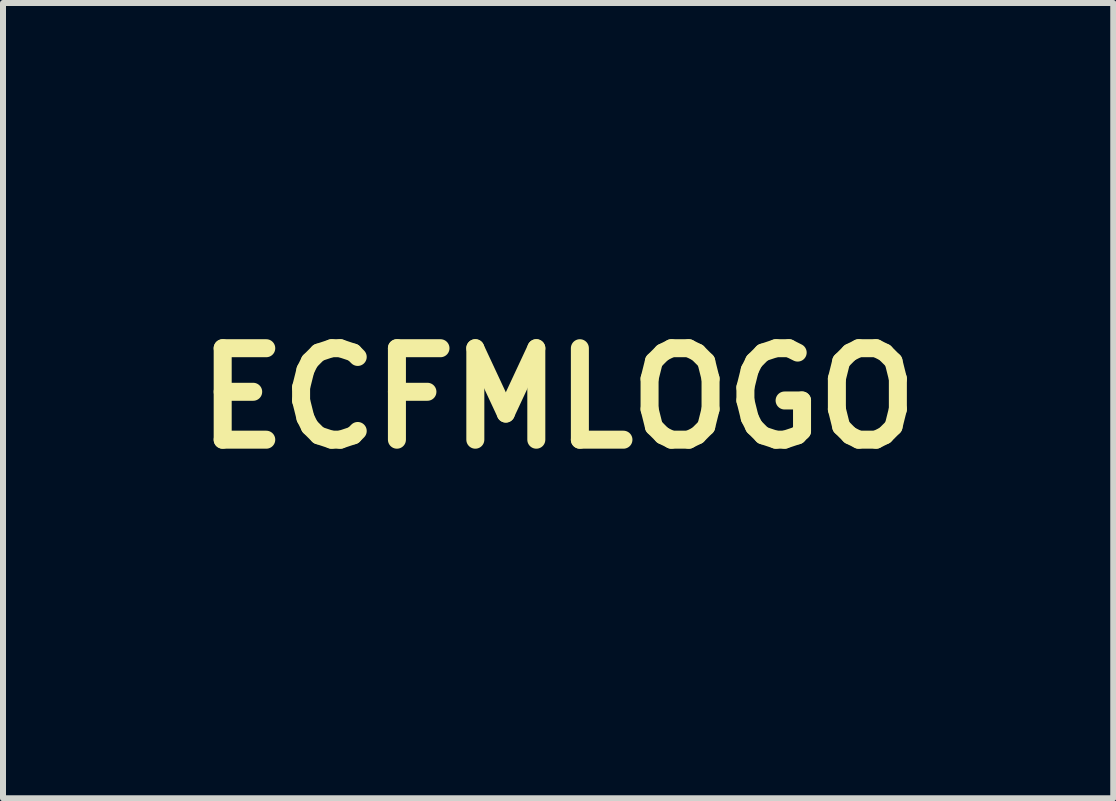
<source format=kicad_pcb>
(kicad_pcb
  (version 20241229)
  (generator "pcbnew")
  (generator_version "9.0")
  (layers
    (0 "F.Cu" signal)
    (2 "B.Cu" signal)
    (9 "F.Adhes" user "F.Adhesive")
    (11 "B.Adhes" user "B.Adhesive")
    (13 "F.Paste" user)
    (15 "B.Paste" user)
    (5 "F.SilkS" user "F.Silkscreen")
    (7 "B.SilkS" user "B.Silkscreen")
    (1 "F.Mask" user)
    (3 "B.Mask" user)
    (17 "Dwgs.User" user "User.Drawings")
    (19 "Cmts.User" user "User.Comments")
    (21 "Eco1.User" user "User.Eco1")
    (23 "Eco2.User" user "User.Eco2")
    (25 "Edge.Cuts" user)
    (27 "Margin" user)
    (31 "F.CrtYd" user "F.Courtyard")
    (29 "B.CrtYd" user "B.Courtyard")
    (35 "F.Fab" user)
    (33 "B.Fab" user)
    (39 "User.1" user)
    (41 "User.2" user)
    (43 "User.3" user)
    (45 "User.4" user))
  (footprint "ECFMLOGO"
    (layer "F.Cu")
    (at 6.248 3.586)
    (property "Reference" "ECFMLOGO" (at 0 0 0) (layer "F.SilkS") (effects (font (size 1.524 1.524) (thickness 0.3))))
    (attr through_hole)
    (fp_poly (pts (xy 0.396 -3.575) (xy 0.387 -3.55) (xy 0.381 -3.543) (xy 0.338 -3.511) (xy 0.315 -3.505) (xy 0.293 -3.523) (xy 0.296 -3.543) (xy 0.33 -3.575) (xy 0.361 -3.581) (xy 0.396 -3.575)) (stroke (width 0.01) (type solid)) (fill no) (layer "Eco2.User"))
    (fp_poly (pts (xy 0.152 3.476) (xy 0.152 3.48) (xy 0.13 3.52) (xy 0.089 3.537) (xy 0.04 3.537) (xy 0.025 3.509) (xy 0.025 3.505) (xy 0.048 3.465) (xy 0.089 3.448) (xy 0.137 3.448) (xy 0.152 3.476)) (stroke (width 0.01) (type solid)) (fill no) (layer "Eco2.User"))
    (fp_poly (pts (xy 2.737 1.962) (xy 2.75 2.006) (xy 2.733 2.053) (xy 2.706 2.091) (xy 2.682 2.086) (xy 2.676 2.078) (xy 2.664 2.037) (xy 2.674 1.992) (xy 2.698 1.959) (xy 2.727 1.953) (xy 2.737 1.962)) (stroke (width 0.01) (type solid)) (fill no) (layer "Eco2.User"))
    (fp_poly (pts (xy -2.743 1.925) (xy -2.727 1.964) (xy -2.708 1.988) (xy -2.686 2.02) (xy -2.709 2.046) (xy -2.715 2.05) (xy -2.752 2.06) (xy -2.779 2.03) (xy -2.786 2.017) (xy -2.801 1.965) (xy -2.78 1.93) (xy -2.779 1.928) (xy -2.748 1.914) (xy -2.743 1.925)) (stroke (width 0.01) (type solid)) (fill no) (layer "Eco2.User"))
    (fp_poly (pts (xy 0.343 -3.476) (xy 0.358 -3.457) (xy 0.363 -3.413) (xy 0.362 -3.332) (xy 0.36 -3.289) (xy 0.354 -3.187) (xy 0.345 -3.129) (xy 0.33 -3.105) (xy 0.305 -3.109) (xy 0.284 -3.121) (xy 0.265 -3.154) (xy 0.257 -3.227) (xy 0.259 -3.311) (xy 0.265 -3.402) (xy 0.274 -3.453) (xy 0.292 -3.475) (xy 0.318 -3.48) (xy 0.343 -3.476)) (stroke (width 0.01) (type solid)) (fill no) (layer "Eco2.User"))
    (fp_poly (pts (xy -2.416 -2.45) (xy -2.369 -2.411) (xy -2.305 -2.345) (xy -2.239 -2.273) (xy -2.205 -2.227) (xy -2.197 -2.197) (xy -2.21 -2.173) (xy -2.212 -2.171) (xy -2.235 -2.156) (xy -2.263 -2.163) (xy -2.304 -2.197) (xy -2.368 -2.264) (xy -2.377 -2.273) (xy -2.442 -2.347) (xy -2.475 -2.395) (xy -2.482 -2.426) (xy -2.469 -2.448) (xy -2.446 -2.46) (xy -2.416 -2.45)) (stroke (width 0.01) (type solid)) (fill no) (layer "Eco2.User"))
    (fp_poly (pts (xy 3.292 0.593) (xy 3.353 0.608) (xy 3.444 0.632) (xy 3.493 0.654) (xy 3.511 0.678) (xy 3.51 0.692) (xy 3.495 0.728) (xy 3.484 0.734) (xy 3.452 0.728) (xy 3.386 0.714) (xy 3.322 0.7) (xy 3.242 0.685) (xy 3.183 0.678) (xy 3.163 0.681) (xy 3.152 0.671) (xy 3.15 0.641) (xy 3.154 0.601) (xy 3.172 0.581) (xy 3.215 0.579) (xy 3.292 0.593)) (stroke (width 0.01) (type solid)) (fill no) (layer "Eco2.User"))
    (fp_poly (pts (xy 0.894 -3.4) (xy 0.909 -3.381) (xy 0.909 -3.339) (xy 0.895 -3.264) (xy 0.879 -3.195) (xy 0.863 -3.115) (xy 0.856 -3.057) (xy 0.859 -3.036) (xy 0.853 -3.026) (xy 0.818 -3.026) (xy 0.775 -3.037) (xy 0.772 -3.038) (xy 0.759 -3.064) (xy 0.766 -3.126) (xy 0.779 -3.181) (xy 0.798 -3.265) (xy 0.811 -3.333) (xy 0.813 -3.358) (xy 0.833 -3.397) (xy 0.864 -3.404) (xy 0.894 -3.4)) (stroke (width 0.01) (type solid)) (fill no) (layer "Eco2.User"))
    (fp_poly (pts (xy 2.297 -2.7) (xy 2.336 -2.659) (xy 2.335 -2.63) (xy 2.315 -2.589) (xy 2.314 -2.543) (xy 2.332 -2.516) (xy 2.338 -2.515) (xy 2.382 -2.526) (xy 2.411 -2.539) (xy 2.458 -2.548) (xy 2.5 -2.516) (xy 2.524 -2.486) (xy 2.517 -2.469) (xy 2.471 -2.457) (xy 2.439 -2.451) (xy 2.352 -2.424) (xy 2.272 -2.38) (xy 2.262 -2.373) (xy 2.206 -2.328) (xy 2.174 -2.314) (xy 2.153 -2.327) (xy 2.146 -2.337) (xy 2.149 -2.372) (xy 2.179 -2.424) (xy 2.183 -2.429) (xy 2.223 -2.509) (xy 2.235 -2.619) (xy 2.235 -2.621) (xy 2.235 -2.746) (xy 2.297 -2.7)) (stroke (width 0.01) (type solid)) (fill no) (layer "Eco2.User"))
    (fp_poly (pts (xy 3.567 0.236) (xy 3.575 0.269) (xy 3.569 0.311) (xy 3.558 0.393) (xy 3.55 0.486) (xy 3.549 0.502) (xy 3.544 0.571) (xy 3.533 0.601) (xy 3.509 0.601) (xy 3.49 0.594) (xy 3.472 0.563) (xy 3.473 0.523) (xy 3.467 0.476) (xy 3.423 0.447) (xy 3.337 0.434) (xy 3.283 0.432) (xy 3.225 0.426) (xy 3.203 0.401) (xy 3.2 0.372) (xy 3.204 0.336) (xy 3.222 0.322) (xy 3.269 0.328) (xy 3.312 0.337) (xy 3.415 0.352) (xy 3.479 0.339) (xy 3.501 0.301) (xy 3.498 0.279) (xy 3.499 0.239) (xy 3.534 0.229) (xy 3.567 0.236)) (stroke (width 0.01) (type solid)) (fill no) (layer "Eco2.User"))
    (fp_poly (pts (xy -3.172 0.719) (xy -3.134 0.767) (xy -3.083 0.868) (xy -3.077 0.969) (xy -3.117 1.059) (xy -3.136 1.081) (xy -3.209 1.132) (xy -3.282 1.135) (xy -3.361 1.091) (xy -3.418 1.018) (xy -3.448 0.922) (xy -3.445 0.825) (xy -3.442 0.814) (xy -3.418 0.771) (xy -3.393 0.772) (xy -3.376 0.81) (xy -3.374 0.869) (xy -3.364 0.955) (xy -3.323 1.017) (xy -3.259 1.041) (xy -3.254 1.041) (xy -3.192 1.021) (xy -3.158 0.971) (xy -3.153 0.904) (xy -3.183 0.834) (xy -3.202 0.811) (xy -3.236 0.767) (xy -3.232 0.733) (xy -3.224 0.722) (xy -3.2 0.704) (xy -3.172 0.719)) (stroke (width 0.01) (type solid)) (fill no) (layer "Eco2.User"))
    (fp_poly (pts (xy -2.497 -2.302) (xy -2.489 -2.276) (xy -2.51 -2.242) (xy -2.537 -2.229) (xy -2.591 -2.195) (xy -2.634 -2.138) (xy -2.655 -2.077) (xy -2.652 -2.048) (xy -2.609 -1.992) (xy -2.55 -1.973) (xy -2.488 -1.989) (xy -2.439 -2.037) (xy -2.422 -2.082) (xy -2.396 -2.143) (xy -2.363 -2.159) (xy -2.332 -2.141) (xy -2.33 -2.095) (xy -2.356 -2.032) (xy -2.407 -1.963) (xy -2.414 -1.955) (xy -2.496 -1.894) (xy -2.582 -1.881) (xy -2.662 -1.915) (xy -2.688 -1.938) (xy -2.737 -2.02) (xy -2.735 -2.106) (xy -2.683 -2.196) (xy -2.657 -2.225) (xy -2.588 -2.282) (xy -2.533 -2.309) (xy -2.497 -2.302)) (stroke (width 0.01) (type solid)) (fill no) (layer "Eco2.User"))
    (fp_poly (pts (xy 1.167 -3.316) (xy 1.24 -3.288) (xy 1.303 -3.252) (xy 1.342 -3.216) (xy 1.346 -3.202) (xy 1.329 -3.166) (xy 1.288 -3.165) (xy 1.235 -3.197) (xy 1.235 -3.198) (xy 1.163 -3.242) (xy 1.094 -3.247) (xy 1.042 -3.215) (xy 1.017 -3.15) (xy 1.016 -3.135) (xy 1.038 -3.067) (xy 1.099 -3.026) (xy 1.183 -3.015) (xy 1.249 -3.008) (xy 1.27 -2.982) (xy 1.248 -2.96) (xy 1.194 -2.948) (xy 1.125 -2.948) (xy 1.058 -2.959) (xy 1.014 -2.979) (xy 0.952 -3.051) (xy 0.929 -3.133) (xy 0.939 -3.213) (xy 0.981 -3.28) (xy 1.051 -3.32) (xy 1.102 -3.327) (xy 1.167 -3.316)) (stroke (width 0.01) (type solid)) (fill no) (layer "Eco2.User"))
    (fp_poly (pts (xy 3.218 -1.528) (xy 3.249 -1.471) (xy 3.286 -1.391) (xy 3.289 -1.382) (xy 3.326 -1.292) (xy 3.341 -1.236) (xy 3.338 -1.205) (xy 3.325 -1.192) (xy 3.293 -1.189) (xy 3.268 -1.232) (xy 3.268 -1.233) (xy 3.246 -1.277) (xy 3.214 -1.291) (xy 3.161 -1.276) (xy 3.081 -1.234) (xy 3.017 -1.198) (xy 2.983 -1.187) (xy 2.967 -1.2) (xy 2.958 -1.223) (xy 2.948 -1.266) (xy 2.95 -1.279) (xy 2.976 -1.291) (xy 3.034 -1.318) (xy 3.079 -1.34) (xy 3.149 -1.375) (xy 3.181 -1.402) (xy 3.184 -1.433) (xy 3.176 -1.457) (xy 3.165 -1.519) (xy 3.188 -1.548) (xy 3.201 -1.549) (xy 3.218 -1.528)) (stroke (width 0.01) (type solid)) (fill no) (layer "Eco2.User"))
    (fp_poly (pts (xy 3.316 0.755) (xy 3.391 0.792) (xy 3.43 0.84) (xy 3.446 0.901) (xy 3.443 0.975) (xy 3.424 1.051) (xy 3.396 1.117) (xy 3.361 1.162) (xy 3.325 1.174) (xy 3.307 1.163) (xy 3.296 1.129) (xy 3.324 1.078) (xy 3.329 1.072) (xy 3.372 0.99) (xy 3.367 0.918) (xy 3.338 0.878) (xy 3.278 0.843) (xy 3.22 0.851) (xy 3.175 0.895) (xy 3.154 0.967) (xy 3.155 1.007) (xy 3.149 1.08) (xy 3.11 1.114) (xy 3.084 1.118) (xy 3.074 1.095) (xy 3.073 1.041) (xy 3.078 0.97) (xy 3.088 0.902) (xy 3.102 0.854) (xy 3.156 0.787) (xy 3.233 0.754) (xy 3.316 0.755)) (stroke (width 0.01) (type solid)) (fill no) (layer "Eco2.User"))
    (fp_poly (pts (xy -1.282 -3.159) (xy -1.27 -3.128) (xy -1.282 -3.094) (xy -1.326 -3.091) (xy -1.331 -3.092) (xy -1.414 -3.089) (xy -1.474 -3.048) (xy -1.498 -2.979) (xy -1.499 -2.972) (xy -1.481 -2.901) (xy -1.436 -2.863) (xy -1.375 -2.861) (xy -1.309 -2.896) (xy -1.264 -2.945) (xy -1.223 -2.978) (xy -1.197 -2.974) (xy -1.18 -2.941) (xy -1.2 -2.896) (xy -1.246 -2.847) (xy -1.308 -2.804) (xy -1.376 -2.775) (xy -1.421 -2.769) (xy -1.476 -2.786) (xy -1.535 -2.828) (xy -1.538 -2.831) (xy -1.59 -2.911) (xy -1.593 -2.995) (xy -1.545 -3.081) (xy -1.526 -3.101) (xy -1.461 -3.148) (xy -1.39 -3.174) (xy -1.326 -3.178) (xy -1.282 -3.159)) (stroke (width 0.01) (type solid)) (fill no) (layer "Eco2.User"))
    (fp_poly (pts (xy 1.77 2.73) (xy 1.778 2.756) (xy 1.756 2.787) (xy 1.72 2.794) (xy 1.634 2.814) (xy 1.575 2.867) (xy 1.554 2.942) (xy 1.554 2.955) (xy 1.568 3.013) (xy 1.604 3.038) (xy 1.634 3.044) (xy 1.705 3.034) (xy 1.766 2.998) (xy 1.801 2.947) (xy 1.803 2.93) (xy 1.817 2.899) (xy 1.859 2.908) (xy 1.876 2.918) (xy 1.886 2.949) (xy 1.862 2.995) (xy 1.815 3.047) (xy 1.753 3.095) (xy 1.687 3.13) (xy 1.651 3.14) (xy 1.579 3.142) (xy 1.526 3.114) (xy 1.505 3.093) (xy 1.455 3.011) (xy 1.456 2.924) (xy 1.507 2.834) (xy 1.534 2.804) (xy 1.6 2.753) (xy 1.67 2.722) (xy 1.73 2.714) (xy 1.77 2.73)) (stroke (width 0.01) (type solid)) (fill no) (layer "Eco2.User"))
    (fp_poly (pts (xy -3.28 0.307) (xy -3.228 0.315) (xy -3.199 0.335) (xy -3.179 0.369) (xy -3.156 0.448) (xy -3.151 0.531) (xy -3.163 0.6) (xy -3.181 0.629) (xy -3.223 0.647) (xy -3.296 0.664) (xy -3.359 0.674) (xy -3.441 0.682) (xy -3.485 0.681) (xy -3.502 0.666) (xy -3.505 0.638) (xy -3.497 0.603) (xy -3.465 0.587) (xy -3.406 0.584) (xy -3.307 0.578) (xy -3.25 0.557) (xy -3.227 0.517) (xy -3.226 0.499) (xy -3.236 0.428) (xy -3.269 0.392) (xy -3.333 0.386) (xy -3.402 0.397) (xy -3.477 0.411) (xy -3.515 0.411) (xy -3.529 0.394) (xy -3.531 0.364) (xy -3.527 0.332) (xy -3.508 0.314) (xy -3.463 0.306) (xy -3.38 0.305) (xy -3.37 0.305) (xy -3.28 0.307)) (stroke (width 0.01) (type solid)) (fill no) (layer "Eco2.User"))
    (fp_poly (pts (xy 0.228 -3.468) (xy 0.229 -3.461) (xy 0.223 -3.432) (xy 0.198 -3.419) (xy 0.142 -3.42) (xy 0.102 -3.423) (xy 0.025 -3.428) (xy -0.013 -3.421) (xy -0.025 -3.399) (xy -0.025 -3.394) (xy -0.01 -3.364) (xy 0.043 -3.353) (xy 0.064 -3.353) (xy 0.126 -3.346) (xy 0.15 -3.323) (xy 0.152 -3.307) (xy 0.143 -3.277) (xy 0.108 -3.269) (xy 0.06 -3.272) (xy -0.000266 -3.277) (xy -0.024 -3.263) (xy -0.023 -3.221) (xy -0.02 -3.204) (xy -0.018 -3.148) (xy -0.036 -3.127) (xy -0.062 -3.124) (xy -0.089 -3.129) (xy -0.105 -3.149) (xy -0.112 -3.196) (xy -0.114 -3.281) (xy -0.114 -3.302) (xy -0.114 -3.48) (xy 0 -3.48) (xy 0.084 -3.484) (xy 0.156 -3.492) (xy 0.171 -3.496) (xy 0.215 -3.499) (xy 0.228 -3.468)) (stroke (width 0.01) (type solid)) (fill no) (layer "Eco2.User"))
    (fp_poly (pts (xy -3.003 -1.46) (xy -2.937 -1.421) (xy -2.886 -1.359) (xy -2.873 -1.281) (xy -2.897 -1.179) (xy -2.92 -1.124) (xy -2.951 -1.061) (xy -2.972 -1.022) (xy -2.977 -1.017) (xy -3.002 -1.029) (xy -3.058 -1.057) (xy -3.124 -1.091) (xy -3.201 -1.127) (xy -3.26 -1.148) (xy -3.286 -1.15) (xy -3.296 -1.158) (xy -3.287 -1.201) (xy -3.267 -1.254) (xy -3.181 -1.254) (xy -3.173 -1.224) (xy -3.128 -1.195) (xy -3.116 -1.189) (xy -3.044 -1.157) (xy -3 -1.161) (xy -2.97 -1.203) (xy -2.961 -1.226) (xy -2.955 -1.297) (xy -2.984 -1.347) (xy -3.035 -1.371) (xy -3.093 -1.365) (xy -3.146 -1.323) (xy -3.159 -1.302) (xy -3.181 -1.254) (xy -3.267 -1.254) (xy -3.26 -1.271) (xy -3.224 -1.349) (xy -3.161 -1.436) (xy -3.087 -1.473) (xy -3.003 -1.46)) (stroke (width 0.01) (type solid)) (fill no) (layer "Eco2.User"))
    (fp_poly (pts (xy 0.629 -3.446) (xy 0.697 -3.424) (xy 0.747 -3.397) (xy 0.762 -3.376) (xy 0.743 -3.344) (xy 0.695 -3.34) (xy 0.66 -3.353) (xy 0.593 -3.372) (xy 0.551 -3.372) (xy 0.526 -3.363) (xy 0.538 -3.347) (xy 0.591 -3.319) (xy 0.616 -3.307) (xy 0.697 -3.263) (xy 0.734 -3.22) (xy 0.737 -3.203) (xy 0.716 -3.134) (xy 0.66 -3.091) (xy 0.581 -3.077) (xy 0.489 -3.096) (xy 0.452 -3.113) (xy 0.403 -3.153) (xy 0.397 -3.188) (xy 0.418 -3.22) (xy 0.45 -3.216) (xy 0.494 -3.187) (xy 0.546 -3.16) (xy 0.596 -3.15) (xy 0.627 -3.16) (xy 0.63 -3.178) (xy 0.601 -3.205) (xy 0.543 -3.232) (xy 0.532 -3.236) (xy 0.464 -3.276) (xy 0.433 -3.332) (xy 0.44 -3.389) (xy 0.481 -3.435) (xy 0.556 -3.454) (xy 0.561 -3.454) (xy 0.629 -3.446)) (stroke (width 0.01) (type solid)) (fill no) (layer "Eco2.User"))
    (fp_poly (pts (xy 1.312 3) (xy 1.406 3.08) (xy 1.409 3.083) (xy 1.482 3.151) (xy 1.523 3.194) (xy 1.535 3.22) (xy 1.523 3.237) (xy 1.501 3.25) (xy 1.453 3.267) (xy 1.421 3.249) (xy 1.413 3.239) (xy 1.369 3.214) (xy 1.315 3.224) (xy 1.267 3.258) (xy 1.245 3.31) (xy 1.245 3.316) (xy 1.223 3.372) (xy 1.168 3.402) (xy 1.15 3.404) (xy 1.145 3.382) (xy 1.149 3.327) (xy 1.152 3.308) (xy 1.162 3.22) (xy 1.168 3.121) (xy 1.245 3.121) (xy 1.257 3.166) (xy 1.286 3.173) (xy 1.306 3.152) (xy 1.301 3.12) (xy 1.282 3.099) (xy 1.253 3.083) (xy 1.245 3.109) (xy 1.245 3.121) (xy 1.168 3.121) (xy 1.168 3.12) (xy 1.168 3.094) (xy 1.176 3.008) (xy 1.2 2.964) (xy 1.244 2.962) (xy 1.312 3)) (stroke (width 0.01) (type solid)) (fill no) (layer "Eco2.User"))
    (fp_poly (pts (xy 3.071 1.14) (xy 3.108 1.185) (xy 3.168 1.256) (xy 3.225 1.32) (xy 3.243 1.339) (xy 3.279 1.394) (xy 3.286 1.44) (xy 3.272 1.464) (xy 3.238 1.479) (xy 3.174 1.488) (xy 3.072 1.493) (xy 2.978 1.494) (xy 2.908 1.49) (xy 2.872 1.483) (xy 2.871 1.48) (xy 2.892 1.427) (xy 2.939 1.39) (xy 2.964 1.385) (xy 3.004 1.364) (xy 3.007 1.359) (xy 3.09 1.359) (xy 3.094 1.39) (xy 3.128 1.397) (xy 3.164 1.391) (xy 3.156 1.367) (xy 3.15 1.359) (xy 3.12 1.327) (xy 3.111 1.321) (xy 3.098 1.341) (xy 3.09 1.359) (xy 3.007 1.359) (xy 3.034 1.317) (xy 3.044 1.263) (xy 3.029 1.224) (xy 3.025 1.221) (xy 3.004 1.18) (xy 3.01 1.143) (xy 3.022 1.113) (xy 3.039 1.11) (xy 3.071 1.14)) (stroke (width 0.01) (type solid)) (fill no) (layer "Eco2.User"))
    (fp_poly (pts (xy -1.702 -2.991) (xy -1.688 -2.954) (xy -1.654 -2.89) (xy -1.613 -2.827) (xy -1.566 -2.753) (xy -1.546 -2.709) (xy -1.549 -2.684) (xy -1.565 -2.672) (xy -1.623 -2.665) (xy -1.698 -2.682) (xy -1.771 -2.705) (xy -1.831 -2.716) (xy -1.838 -2.717) (xy -1.866 -2.714) (xy -1.869 -2.697) (xy -1.846 -2.652) (xy -1.834 -2.632) (xy -1.802 -2.566) (xy -1.804 -2.526) (xy -1.811 -2.517) (xy -1.852 -2.491) (xy -1.877 -2.502) (xy -1.88 -2.516) (xy -1.892 -2.55) (xy -1.926 -2.612) (xy -1.966 -2.678) (xy -2.053 -2.813) (xy -1.995 -2.84) (xy -1.943 -2.852) (xy -1.914 -2.845) (xy -1.877 -2.827) (xy -1.811 -2.809) (xy -1.792 -2.805) (xy -1.692 -2.787) (xy -1.747 -2.879) (xy -1.78 -2.938) (xy -1.787 -2.968) (xy -1.77 -2.988) (xy -1.752 -2.998) (xy -1.712 -3.011) (xy -1.702 -2.991)) (stroke (width 0.01) (type solid)) (fill no) (layer "Eco2.User"))
    (fp_poly (pts (xy 2.932 1.556) (xy 2.917 1.597) (xy 2.887 1.627) (xy 2.84 1.679) (xy 2.82 1.733) (xy 2.82 1.735) (xy 2.823 1.766) (xy 2.838 1.766) (xy 2.874 1.732) (xy 2.897 1.708) (xy 2.975 1.644) (xy 3.042 1.628) (xy 3.094 1.656) (xy 3.122 1.718) (xy 3.109 1.796) (xy 3.058 1.878) (xy 3.002 1.937) (xy 2.965 1.953) (xy 2.942 1.93) (xy 2.94 1.924) (xy 2.949 1.886) (xy 2.986 1.839) (xy 2.988 1.836) (xy 3.03 1.785) (xy 3.048 1.738) (xy 3.048 1.738) (xy 3.038 1.722) (xy 3.004 1.74) (xy 2.946 1.788) (xy 2.882 1.842) (xy 2.838 1.863) (xy 2.802 1.858) (xy 2.793 1.854) (xy 2.757 1.809) (xy 2.749 1.74) (xy 2.763 1.662) (xy 2.799 1.591) (xy 2.851 1.544) (xy 2.861 1.539) (xy 2.913 1.532) (xy 2.932 1.556)) (stroke (width 0.01) (type solid)) (fill no) (layer "Eco2.User"))
    (fp_poly (pts (xy -0.338 -3.448) (xy -0.31 -3.423) (xy -0.31 -3.41) (xy -0.332 -3.378) (xy -0.388 -3.366) (xy -0.413 -3.365) (xy -0.472 -3.36) (xy -0.501 -3.345) (xy -0.501 -3.34) (xy -0.475 -3.321) (xy -0.451 -3.321) (xy -0.395 -3.316) (xy -0.343 -3.302) (xy -0.292 -3.261) (xy -0.276 -3.201) (xy -0.296 -3.142) (xy -0.344 -3.103) (xy -0.428 -3.08) (xy -0.52 -3.077) (xy -0.575 -3.089) (xy -0.594 -3.12) (xy -0.592 -3.149) (xy -0.574 -3.182) (xy -0.538 -3.172) (xy -0.535 -3.17) (xy -0.485 -3.156) (xy -0.425 -3.16) (xy -0.375 -3.176) (xy -0.356 -3.201) (xy -0.378 -3.217) (xy -0.434 -3.225) (xy -0.455 -3.226) (xy -0.539 -3.239) (xy -0.604 -3.273) (xy -0.634 -3.32) (xy -0.635 -3.329) (xy -0.619 -3.363) (xy -0.584 -3.404) (xy -0.532 -3.436) (xy -0.464 -3.454) (xy -0.394 -3.458) (xy -0.338 -3.448)) (stroke (width 0.01) (type solid)) (fill no) (layer "Eco2.User"))
    (fp_poly (pts (xy -3.468 -0.121) (xy -3.456 -0.094) (xy -3.457 -0.035) (xy -3.46 0) (xy -3.464 0.079) (xy -3.455 0.119) (xy -3.438 0.127) (xy -3.412 0.103) (xy -3.404 0.038) (xy -3.395 -0.028) (xy -3.369 -0.051) (xy -3.365 -0.051) (xy -3.337 -0.032) (xy -3.327 0.03) (xy -3.327 0.038) (xy -3.319 0.104) (xy -3.293 0.127) (xy -3.289 0.127) (xy -3.265 0.113) (xy -3.254 0.066) (xy -3.251 0) (xy -3.248 -0.077) (xy -3.236 -0.116) (xy -3.21 -0.127) (xy -3.207 -0.127) (xy -3.181 -0.119) (xy -3.169 -0.089) (xy -3.168 -0.023) (xy -3.17 0.006) (xy -3.175 0.117) (xy -3.183 0.186) (xy -3.201 0.223) (xy -3.235 0.237) (xy -3.295 0.237) (xy -3.357 0.234) (xy -3.527 0.226) (xy -3.535 0.05) (xy -3.538 -0.043) (xy -3.535 -0.097) (xy -3.522 -0.121) (xy -3.498 -0.127) (xy -3.496 -0.127) (xy -3.468 -0.121)) (stroke (width 0.01) (type solid)) (fill no) (layer "Eco2.User"))
    (fp_poly (pts (xy 1.967 -2.935) (xy 2.029 -2.886) (xy 2.043 -2.872) (xy 2.087 -2.822) (xy 2.095 -2.794) (xy 2.077 -2.78) (xy 2.031 -2.787) (xy 1.974 -2.829) (xy 1.972 -2.83) (xy 1.914 -2.879) (xy 1.872 -2.895) (xy 1.854 -2.876) (xy 1.854 -2.873) (xy 1.873 -2.845) (xy 1.917 -2.809) (xy 1.973 -2.752) (xy 2 -2.682) (xy 1.991 -2.618) (xy 1.981 -2.603) (xy 1.929 -2.57) (xy 1.857 -2.578) (xy 1.798 -2.605) (xy 1.735 -2.652) (xy 1.694 -2.708) (xy 1.685 -2.758) (xy 1.689 -2.769) (xy 1.722 -2.793) (xy 1.754 -2.771) (xy 1.764 -2.747) (xy 1.789 -2.71) (xy 1.831 -2.677) (xy 1.874 -2.658) (xy 1.902 -2.66) (xy 1.905 -2.67) (xy 1.887 -2.704) (xy 1.843 -2.747) (xy 1.841 -2.748) (xy 1.793 -2.808) (xy 1.78 -2.872) (xy 1.8 -2.928) (xy 1.846 -2.962) (xy 1.912 -2.963) (xy 1.967 -2.935)) (stroke (width 0.01) (type solid)) (fill no) (layer "Eco2.User"))
    (fp_poly (pts (xy 3.377 -1.138) (xy 3.398 -1.091) (xy 3.419 -1.023) (xy 3.444 -0.939) (xy 3.464 -0.873) (xy 3.473 -0.845) (xy 3.464 -0.818) (xy 3.444 -0.813) (xy 3.408 -0.838) (xy 3.377 -0.913) (xy 3.373 -0.927) (xy 3.344 -1.006) (xy 3.318 -1.036) (xy 3.3 -1.02) (xy 3.297 -0.961) (xy 3.305 -0.903) (xy 3.296 -0.857) (xy 3.267 -0.843) (xy 3.234 -0.844) (xy 3.233 -0.855) (xy 3.235 -0.899) (xy 3.213 -0.951) (xy 3.179 -0.986) (xy 3.163 -0.991) (xy 3.137 -0.989) (xy 3.127 -0.978) (xy 3.134 -0.944) (xy 3.158 -0.876) (xy 3.162 -0.864) (xy 3.186 -0.774) (xy 3.179 -0.723) (xy 3.152 -0.711) (xy 3.135 -0.734) (xy 3.11 -0.793) (xy 3.083 -0.876) (xy 3.081 -0.882) (xy 3.03 -1.053) (xy 3.155 -1.085) (xy 3.238 -1.109) (xy 3.306 -1.134) (xy 3.328 -1.143) (xy 3.356 -1.153) (xy 3.377 -1.138)) (stroke (width 0.01) (type solid)) (fill no) (layer "Eco2.User"))
    (fp_poly (pts (xy -2.103 -2.749) (xy -2.086 -2.725) (xy -2.079 -2.689) (xy -2.108 -2.655) (xy -2.137 -2.636) (xy -2.199 -2.586) (xy -2.232 -2.536) (xy -2.227 -2.498) (xy -2.226 -2.496) (xy -2.198 -2.501) (xy -2.154 -2.533) (xy -2.151 -2.535) (xy -2.102 -2.571) (xy -2.068 -2.566) (xy -2.064 -2.562) (xy -2.055 -2.531) (xy -2.087 -2.489) (xy -2.098 -2.48) (xy -2.139 -2.429) (xy -2.138 -2.394) (xy -2.114 -2.384) (xy -2.07 -2.409) (xy -2.025 -2.448) (xy -1.966 -2.497) (xy -1.93 -2.514) (xy -1.905 -2.502) (xy -1.902 -2.498) (xy -1.882 -2.465) (xy -1.882 -2.456) (xy -1.906 -2.437) (xy -1.957 -2.396) (xy -2.02 -2.344) (xy -2.148 -2.239) (xy -2.204 -2.32) (xy -2.261 -2.395) (xy -2.321 -2.466) (xy -2.322 -2.468) (xy -2.386 -2.536) (xy -2.304 -2.599) (xy -2.235 -2.655) (xy -2.173 -2.709) (xy -2.167 -2.715) (xy -2.126 -2.75) (xy -2.103 -2.749)) (stroke (width 0.01) (type solid)) (fill no) (layer "Eco2.User"))
    (fp_poly (pts (xy 1.6 -3.15) (xy 1.626 -3.13) (xy 1.641 -3.096) (xy 1.649 -3.037) (xy 1.651 -2.941) (xy 1.651 -2.92) (xy 1.65 -2.815) (xy 1.643 -2.753) (xy 1.628 -2.726) (xy 1.602 -2.728) (xy 1.571 -2.744) (xy 1.541 -2.786) (xy 1.541 -2.814) (xy 1.531 -2.859) (xy 1.49 -2.893) (xy 1.437 -2.908) (xy 1.391 -2.894) (xy 1.383 -2.885) (xy 1.352 -2.86) (xy 1.312 -2.877) (xy 1.312 -2.877) (xy 1.294 -2.897) (xy 1.299 -2.921) (xy 1.332 -2.956) (xy 1.473 -2.956) (xy 1.494 -2.947) (xy 1.511 -2.946) (xy 1.544 -2.967) (xy 1.549 -2.988) (xy 1.543 -3.015) (xy 1.515 -3) (xy 1.511 -2.997) (xy 1.48 -2.967) (xy 1.473 -2.956) (xy 1.332 -2.956) (xy 1.334 -2.957) (xy 1.403 -3.015) (xy 1.409 -3.02) (xy 1.479 -3.078) (xy 1.529 -3.126) (xy 1.549 -3.154) (xy 1.549 -3.154) (xy 1.568 -3.162) (xy 1.6 -3.15)) (stroke (width 0.01) (type solid)) (fill no) (layer "Eco2.User"))
    (fp_poly (pts (xy -1.558 2.901) (xy -1.501 2.923) (xy -1.43 2.956) (xy -1.358 2.992) (xy -1.3 3.025) (xy -1.271 3.048) (xy -1.27 3.051) (xy -1.289 3.082) (xy -1.342 3.081) (xy -1.42 3.049) (xy -1.492 3.019) (xy -1.531 3.019) (xy -1.539 3.027) (xy -1.535 3.061) (xy -1.498 3.1) (xy -1.443 3.13) (xy -1.443 3.13) (xy -1.431 3.156) (xy -1.436 3.181) (xy -1.453 3.21) (xy -1.482 3.204) (xy -1.507 3.187) (xy -1.57 3.155) (xy -1.612 3.156) (xy -1.626 3.184) (xy -1.605 3.214) (xy -1.552 3.252) (xy -1.524 3.266) (xy -1.458 3.3) (xy -1.429 3.324) (xy -1.43 3.349) (xy -1.443 3.371) (xy -1.468 3.381) (xy -1.52 3.365) (xy -1.601 3.323) (xy -1.674 3.281) (xy -1.728 3.25) (xy -1.748 3.238) (xy -1.741 3.214) (xy -1.717 3.16) (xy -1.684 3.088) (xy -1.647 3.012) (xy -1.613 2.946) (xy -1.589 2.904) (xy -1.584 2.897) (xy -1.558 2.901)) (stroke (width 0.01) (type solid)) (fill no) (layer "Eco2.User"))
    (fp_poly (pts (xy -2.892 -1.878) (xy -2.86 -1.851) (xy -2.862 -1.832) (xy -2.89 -1.801) (xy -2.928 -1.745) (xy -2.935 -1.734) (xy -2.964 -1.669) (xy -2.96 -1.629) (xy -2.955 -1.624) (xy -2.929 -1.618) (xy -2.901 -1.657) (xy -2.892 -1.674) (xy -2.864 -1.727) (xy -2.842 -1.752) (xy -2.84 -1.753) (xy -2.81 -1.734) (xy -2.808 -1.687) (xy -2.833 -1.634) (xy -2.859 -1.585) (xy -2.854 -1.557) (xy -2.841 -1.547) (xy -2.814 -1.536) (xy -2.79 -1.548) (xy -2.76 -1.59) (xy -2.724 -1.657) (xy -2.688 -1.715) (xy -2.663 -1.731) (xy -2.646 -1.72) (xy -2.638 -1.686) (xy -2.658 -1.63) (xy -2.697 -1.561) (xy -2.741 -1.491) (xy -2.776 -1.439) (xy -2.791 -1.42) (xy -2.818 -1.425) (xy -2.874 -1.454) (xy -2.927 -1.488) (xy -2.998 -1.535) (xy -3.055 -1.569) (xy -3.078 -1.581) (xy -3.085 -1.606) (xy -3.059 -1.668) (xy -3.028 -1.723) (xy -2.985 -1.797) (xy -2.955 -1.855) (xy -2.946 -1.881) (xy -2.928 -1.892) (xy -2.892 -1.878)) (stroke (width 0.01) (type solid)) (fill no) (layer "Eco2.User"))
    (fp_poly (pts (xy -0.819 -3.366) (xy -0.812 -3.339) (xy -0.778 -3.284) (xy -0.723 -3.214) (xy -0.711 -3.2) (xy -0.648 -3.126) (xy -0.615 -3.081) (xy -0.609 -3.056) (xy -0.625 -3.044) (xy -0.639 -3.039) (xy -0.699 -3.044) (xy -0.723 -3.064) (xy -0.77 -3.093) (xy -0.826 -3.087) (xy -0.874 -3.055) (xy -0.893 -3.003) (xy -0.893 -2.993) (xy -0.912 -2.973) (xy -0.96 -2.951) (xy -1.027 -2.926) (xy -1.073 -2.908) (xy -1.111 -2.906) (xy -1.118 -2.925) (xy -1.128 -2.965) (xy -1.152 -3.036) (xy -1.179 -3.104) (xy -1.21 -3.184) (xy -1.223 -3.229) (xy -1.218 -3.252) (xy -1.196 -3.263) (xy -1.189 -3.266) (xy -1.16 -3.275) (xy -1.142 -3.273) (xy -1.127 -3.251) (xy -1.108 -3.2) (xy -1.081 -3.118) (xy -1.049 -3.029) (xy -1.023 -2.983) (xy -1.002 -2.982) (xy -0.983 -3.028) (xy -0.964 -3.122) (xy -0.955 -3.188) (xy -0.873 -3.188) (xy -0.869 -3.155) (xy -0.85 -3.15) (xy -0.817 -3.163) (xy -0.813 -3.174) (xy -0.828 -3.207) (xy -0.858 -3.207) (xy -0.873 -3.188) (xy -0.955 -3.188) (xy -0.951 -3.219) (xy -0.938 -3.294) (xy -0.922 -3.342) (xy -0.913 -3.353) (xy -0.875 -3.361) (xy -0.847 -3.37) (xy -0.817 -3.375) (xy -0.819 -3.366)) (stroke (width 0.01) (type solid)) (fill no) (layer "Eco2.User"))
    (fp_poly (pts (xy -3.032 -0.88) (xy -3.03 -0.879) (xy -3.023 -0.845) (xy -3.042 -0.803) (xy -3.073 -0.778) (xy -3.087 -0.779) (xy -3.124 -0.768) (xy -3.15 -0.722) (xy -3.165 -0.658) (xy -3.16 -0.61) (xy -3.138 -0.592) (xy -3.123 -0.598) (xy -3.107 -0.591) (xy -3.11 -0.54) (xy -3.113 -0.524) (xy -3.126 -0.443) (xy -3.14 -0.343) (xy -3.146 -0.301) (xy -3.16 -0.226) (xy -3.177 -0.176) (xy -3.188 -0.165) (xy -3.225 -0.166) (xy -3.295 -0.174) (xy -3.372 -0.185) (xy -3.467 -0.205) (xy -3.521 -0.228) (xy -3.531 -0.243) (xy -3.519 -0.279) (xy -3.48 -0.294) (xy -3.405 -0.289) (xy -3.362 -0.281) (xy -3.29 -0.269) (xy -3.244 -0.262) (xy -3.234 -0.262) (xy -3.228 -0.288) (xy -3.216 -0.348) (xy -3.206 -0.399) (xy -3.182 -0.531) (xy -3.305 -0.627) (xy -3.387 -0.699) (xy -3.423 -0.753) (xy -3.423 -0.756) (xy -3.291 -0.756) (xy -3.283 -0.732) (xy -3.277 -0.724) (xy -3.247 -0.692) (xy -3.238 -0.686) (xy -3.225 -0.706) (xy -3.217 -0.724) (xy -3.221 -0.755) (xy -3.255 -0.762) (xy -3.291 -0.756) (xy -3.423 -0.756) (xy -3.413 -0.795) (xy -3.355 -0.827) (xy -3.248 -0.854) (xy -3.229 -0.857) (xy -3.138 -0.872) (xy -3.067 -0.88) (xy -3.032 -0.88)) (stroke (width 0.01) (type solid)) (fill no) (layer "Eco2.User"))
    (fp_poly (pts (xy 2.708 -2.307) (xy 2.729 -2.276) (xy 2.728 -2.237) (xy 2.706 -2.177) (xy 2.681 -2.115) (xy 2.668 -2.075) (xy 2.667 -2.071) (xy 2.688 -2.059) (xy 2.737 -2.059) (xy 2.792 -2.071) (xy 2.818 -2.082) (xy 2.864 -2.09) (xy 2.909 -2.057) (xy 2.936 -2.022) (xy 2.932 -1.995) (xy 2.893 -1.959) (xy 2.881 -1.95) (xy 2.781 -1.869) (xy 2.719 -1.813) (xy 2.693 -1.779) (xy 2.694 -1.768) (xy 2.725 -1.764) (xy 2.791 -1.766) (xy 2.88 -1.775) (xy 2.885 -1.776) (xy 3.002 -1.786) (xy 3.073 -1.778) (xy 3.101 -1.748) (xy 3.089 -1.691) (xy 3.04 -1.604) (xy 3.024 -1.579) (xy 2.974 -1.5) (xy 2.935 -1.434) (xy 2.916 -1.397) (xy 2.902 -1.379) (xy 2.88 -1.405) (xy 2.873 -1.418) (xy 2.855 -1.475) (xy 2.869 -1.51) (xy 2.884 -1.56) (xy 2.868 -1.615) (xy 2.83 -1.657) (xy 2.783 -1.666) (xy 2.743 -1.669) (xy 2.742 -1.669) (xy 2.9 -1.669) (xy 2.908 -1.651) (xy 2.935 -1.638) (xy 2.965 -1.656) (xy 2.991 -1.683) (xy 2.974 -1.695) (xy 2.961 -1.698) (xy 2.911 -1.696) (xy 2.9 -1.669) (xy 2.742 -1.669) (xy 2.705 -1.703) (xy 2.672 -1.754) (xy 2.614 -1.855) (xy 2.685 -1.918) (xy 2.756 -1.981) (xy 2.648 -1.965) (xy 2.58 -1.958) (xy 2.548 -1.97) (xy 2.547 -2.007) (xy 2.573 -2.081) (xy 2.581 -2.099) (xy 2.621 -2.197) (xy 2.536 -2.115) (xy 2.482 -2.067) (xy 2.451 -2.052) (xy 2.43 -2.066) (xy 2.423 -2.076) (xy 2.415 -2.104) (xy 2.431 -2.138) (xy 2.479 -2.185) (xy 2.534 -2.231) (xy 2.608 -2.289) (xy 2.655 -2.318) (xy 2.686 -2.322) (xy 2.708 -2.307)) (stroke (width 0.01) (type solid)) (fill no) (layer "Eco2.User"))
    (fp_poly (pts (xy 1.053 3.082) (xy 1.062 3.114) (xy 1.061 3.118) (xy 1.032 3.153) (xy 0.994 3.156) (xy 0.933 3.161) (xy 0.875 3.183) (xy 0.841 3.213) (xy 0.838 3.223) (xy 0.861 3.233) (xy 0.919 3.235) (xy 0.965 3.232) (xy 1.055 3.231) (xy 1.104 3.254) (xy 1.117 3.307) (xy 1.108 3.363) (xy 1.087 3.409) (xy 1.045 3.441) (xy 0.971 3.465) (xy 0.894 3.479) (xy 0.827 3.489) (xy 0.796 3.483) (xy 0.791 3.459) (xy 0.792 3.444) (xy 0.81 3.405) (xy 0.856 3.398) (xy 0.869 3.399) (xy 0.932 3.396) (xy 0.99 3.378) (xy 1.026 3.351) (xy 1.029 3.327) (xy 0.995 3.312) (xy 0.983 3.314) (xy 0.887 3.338) (xy 0.823 3.338) (xy 0.777 3.314) (xy 0.772 3.309) (xy 0.744 3.284) (xy 0.735 3.292) (xy 0.74 3.34) (xy 0.744 3.362) (xy 0.749 3.435) (xy 0.728 3.487) (xy 0.698 3.52) (xy 0.635 3.56) (xy 0.554 3.581) (xy 0.476 3.58) (xy 0.419 3.556) (xy 0.413 3.55) (xy 0.395 3.508) (xy 0.375 3.435) (xy 0.363 3.372) (xy 0.35 3.29) (xy 0.349 3.247) (xy 0.362 3.229) (xy 0.393 3.226) (xy 0.398 3.226) (xy 0.436 3.232) (xy 0.453 3.261) (xy 0.457 3.325) (xy 0.464 3.426) (xy 0.486 3.484) (xy 0.525 3.505) (xy 0.534 3.505) (xy 0.61 3.492) (xy 0.652 3.448) (xy 0.66 3.371) (xy 0.637 3.26) (xy 0.626 3.203) (xy 0.639 3.176) (xy 0.668 3.166) (xy 0.719 3.167) (xy 0.742 3.182) (xy 0.758 3.199) (xy 0.762 3.18) (xy 0.784 3.149) (xy 0.84 3.116) (xy 0.914 3.088) (xy 0.988 3.074) (xy 1.004 3.073) (xy 1.053 3.082)) (stroke (width 0.01) (type solid)) (fill no) (layer "Eco2.User"))
    (fp_poly (pts (xy 3.495 -0.716) (xy 3.511 -0.675) (xy 3.515 -0.627) (xy 3.508 -0.609) (xy 3.48 -0.595) (xy 3.43 -0.559) (xy 3.416 -0.548) (xy 3.34 -0.486) (xy 3.429 -0.449) (xy 3.491 -0.427) (xy 3.532 -0.421) (xy 3.537 -0.423) (xy 3.55 -0.41) (xy 3.556 -0.361) (xy 3.556 -0.357) (xy 3.55 -0.302) (xy 3.522 -0.282) (xy 3.486 -0.279) (xy 3.399 -0.274) (xy 3.32 -0.262) (xy 3.263 -0.246) (xy 3.24 -0.229) (xy 3.241 -0.225) (xy 3.273 -0.198) (xy 3.336 -0.162) (xy 3.412 -0.124) (xy 3.484 -0.093) (xy 3.536 -0.077) (xy 3.542 -0.076) (xy 3.574 -0.055) (xy 3.58 -0.019) (xy 3.565 0.018) (xy 3.516 0.061) (xy 3.431 0.111) (xy 3.303 0.173) (xy 3.245 0.199) (xy 3.231 0.184) (xy 3.226 0.142) (xy 3.239 0.089) (xy 3.264 0.076) (xy 3.292 0.057) (xy 3.302 -0.005) (xy 3.302 -0.013) (xy 3.353 -0.013) (xy 3.357 0.019) (xy 3.382 0.021) (xy 3.416 0.009) (xy 3.443 -0.008) (xy 3.425 -0.029) (xy 3.375 -0.049) (xy 3.354 -0.029) (xy 3.353 -0.013) (xy 3.302 -0.013) (xy 3.293 -0.081) (xy 3.267 -0.102) (xy 3.228 -0.122) (xy 3.216 -0.142) (xy 3.205 -0.193) (xy 3.201 -0.258) (xy 3.204 -0.316) (xy 3.214 -0.35) (xy 3.219 -0.353) (xy 3.256 -0.352) (xy 3.319 -0.354) (xy 3.327 -0.355) (xy 3.416 -0.36) (xy 3.295 -0.412) (xy 3.173 -0.464) (xy 3.256 -0.539) (xy 3.34 -0.613) (xy 3.245 -0.6) (xy 3.182 -0.596) (xy 3.155 -0.608) (xy 3.15 -0.634) (xy 3.16 -0.662) (xy 3.197 -0.681) (xy 3.272 -0.695) (xy 3.293 -0.698) (xy 3.378 -0.71) (xy 3.443 -0.721) (xy 3.468 -0.728) (xy 3.495 -0.716)) (stroke (width 0.01) (type solid)) (fill no) (layer "Eco2.User"))
    (fp_poly (pts (xy -3.026 1.166) (xy -2.977 1.225) (xy -2.949 1.307) (xy -2.946 1.344) (xy -2.936 1.405) (xy -2.912 1.44) (xy -2.886 1.47) (xy -2.848 1.529) (xy -2.805 1.601) (xy -2.768 1.672) (xy -2.746 1.723) (xy -2.743 1.736) (xy -2.763 1.753) (xy -2.816 1.789) (xy -2.89 1.834) (xy -2.894 1.836) (xy -3.045 1.926) (xy -3.134 1.776) (xy -3.18 1.696) (xy -3.202 1.648) (xy -3.201 1.621) (xy -3.182 1.604) (xy -3.18 1.603) (xy -3.149 1.596) (xy -3.123 1.62) (xy -3.093 1.683) (xy -3.089 1.691) (xy -3.054 1.767) (xy -3.025 1.8) (xy -2.998 1.795) (xy -2.99 1.787) (xy -2.988 1.756) (xy -3.008 1.706) (xy -3.04 1.661) (xy -3.055 1.647) (xy -3.056 1.625) (xy -3.026 1.602) (xy -2.985 1.586) (xy -2.972 1.601) (xy -2.972 1.607) (xy -2.958 1.657) (xy -2.925 1.701) (xy -2.888 1.72) (xy -2.874 1.717) (xy -2.863 1.688) (xy -2.883 1.63) (xy -2.901 1.592) (xy -2.933 1.526) (xy -2.95 1.478) (xy -2.952 1.467) (xy -2.967 1.45) (xy -2.985 1.448) (xy -3.013 1.428) (xy -3.023 1.365) (xy -3.023 1.362) (xy -3.035 1.29) (xy -3.065 1.241) (xy -3.089 1.225) (xy -3.098 1.237) (xy -3.094 1.286) (xy -3.089 1.324) (xy -3.088 1.424) (xy -3.116 1.492) (xy -3.171 1.523) (xy -3.186 1.524) (xy -3.237 1.501) (xy -3.283 1.44) (xy -3.314 1.355) (xy -3.32 1.323) (xy -3.326 1.257) (xy -3.317 1.227) (xy -3.287 1.219) (xy -3.281 1.219) (xy -3.242 1.23) (xy -3.242 1.257) (xy -3.248 1.31) (xy -3.237 1.369) (xy -3.215 1.412) (xy -3.198 1.422) (xy -3.182 1.399) (xy -3.186 1.332) (xy -3.188 1.32) (xy -3.19 1.223) (xy -3.158 1.165) (xy -3.092 1.143) (xy -3.086 1.143) (xy -3.026 1.166)) (stroke (width 0.01) (type solid)) (fill no) (layer "Eco2.User"))
    (fp_poly (pts (xy -1.038 3.122) (xy -0.989 3.164) (xy -0.942 3.203) (xy -0.914 3.199) (xy -0.912 3.197) (xy -0.888 3.184) (xy -0.836 3.185) (xy -0.746 3.2) (xy -0.677 3.214) (xy -0.581 3.237) (xy -0.507 3.257) (xy -0.468 3.272) (xy -0.464 3.276) (xy -0.461 3.314) (xy -0.448 3.37) (xy -0.43 3.423) (xy -0.413 3.453) (xy -0.411 3.454) (xy -0.387 3.435) (xy -0.349 3.387) (xy -0.333 3.365) (xy -0.276 3.302) (xy -0.221 3.277) (xy -0.219 3.277) (xy -0.192 3.279) (xy -0.177 3.294) (xy -0.174 3.331) (xy -0.181 3.401) (xy -0.189 3.467) (xy -0.203 3.564) (xy -0.216 3.622) (xy -0.234 3.649) (xy -0.26 3.657) (xy -0.269 3.658) (xy -0.304 3.653) (xy -0.315 3.63) (xy -0.305 3.574) (xy -0.303 3.562) (xy -0.286 3.482) (xy -0.285 3.449) (xy -0.305 3.461) (xy -0.348 3.517) (xy -0.36 3.533) (xy -0.441 3.644) (xy -0.473 3.568) (xy -0.497 3.503) (xy -0.507 3.454) (xy -0.515 3.431) (xy -0.529 3.444) (xy -0.545 3.482) (xy -0.556 3.532) (xy -0.558 3.562) (xy -0.568 3.615) (xy -0.604 3.632) (xy -0.61 3.632) (xy -0.641 3.627) (xy -0.652 3.602) (xy -0.646 3.544) (xy -0.643 3.524) (xy -0.628 3.424) (xy -0.627 3.361) (xy -0.643 3.324) (xy -0.681 3.302) (xy -0.728 3.287) (xy -0.798 3.27) (xy -0.833 3.272) (xy -0.847 3.289) (xy -0.839 3.325) (xy -0.791 3.347) (xy -0.737 3.353) (xy -0.703 3.367) (xy -0.703 3.401) (xy -0.719 3.433) (xy -0.755 3.437) (xy -0.796 3.427) (xy -0.852 3.411) (xy -0.88 3.404) (xy -0.88 3.404) (xy -0.888 3.425) (xy -0.901 3.478) (xy -0.902 3.48) (xy -0.928 3.54) (xy -0.967 3.556) (xy -1.005 3.548) (xy -1.014 3.516) (xy -0.995 3.451) (xy -0.994 3.45) (xy -0.966 3.362) (xy -0.952 3.297) (xy -0.953 3.263) (xy -0.963 3.263) (xy -0.997 3.258) (xy -1.04 3.227) (xy -1.109 3.184) (xy -1.18 3.176) (xy -1.241 3.199) (xy -1.281 3.247) (xy -1.286 3.315) (xy -1.282 3.33) (xy -1.242 3.383) (xy -1.175 3.412) (xy -1.105 3.409) (xy -1.091 3.403) (xy -1.053 3.39) (xy -1.042 3.415) (xy -1.041 3.425) (xy -1.063 3.467) (xy -1.119 3.488) (xy -1.196 3.486) (xy -1.264 3.466) (xy -1.344 3.411) (xy -1.38 3.333) (xy -1.369 3.236) (xy -1.36 3.212) (xy -1.303 3.131) (xy -1.222 3.088) (xy -1.13 3.085) (xy -1.038 3.122)) (stroke (width 0.01) (type solid)) (fill no) (layer "Eco2.User"))
    (fp_poly (pts (xy 0.214 -2.727) (xy 0.32 -2.639) (xy 0.424 -2.501) (xy 0.522 -2.323) (xy 0.57 -2.221) (xy 0.607 -2.134) (xy 0.63 -2.074) (xy 0.635 -2.054) (xy 0.644 -2.01) (xy 0.664 -1.94) (xy 0.675 -1.905) (xy 0.704 -1.81) (xy 0.731 -1.699) (xy 0.741 -1.651) (xy 0.757 -1.571) (xy 0.771 -1.513) (xy 0.777 -1.494) (xy 0.802 -1.499) (xy 0.857 -1.527) (xy 0.93 -1.573) (xy 0.94 -1.579) (xy 1.129 -1.696) (xy 1.321 -1.798) (xy 1.509 -1.882) (xy 1.685 -1.946) (xy 1.842 -1.986) (xy 1.97 -2) (xy 2.023 -1.995) (xy 2.128 -1.951) (xy 2.215 -1.871) (xy 2.268 -1.769) (xy 2.274 -1.744) (xy 2.276 -1.635) (xy 2.251 -1.494) (xy 2.202 -1.329) (xy 2.131 -1.149) (xy 2.042 -0.961) (xy 1.938 -0.774) (xy 1.896 -0.706) (xy 1.849 -0.629) (xy 1.816 -0.568) (xy 1.803 -0.536) (xy 1.826 -0.516) (xy 1.881 -0.497) (xy 1.899 -0.494) (xy 2.073 -0.456) (xy 2.261 -0.403) (xy 2.449 -0.338) (xy 2.622 -0.268) (xy 2.767 -0.197) (xy 2.826 -0.161) (xy 2.957 -0.058) (xy 3.037 0.047) (xy 3.069 0.153) (xy 3.054 0.257) (xy 2.991 0.36) (xy 2.883 0.459) (xy 2.73 0.554) (xy 2.534 0.644) (xy 2.295 0.727) (xy 2.014 0.802) (xy 1.974 0.812) (xy 1.87 0.838) (xy 1.787 0.863) (xy 1.737 0.884) (xy 1.727 0.894) (xy 1.741 0.931) (xy 1.774 0.985) (xy 1.775 0.987) (xy 1.82 1.059) (xy 1.878 1.165) (xy 1.941 1.291) (xy 2.004 1.422) (xy 2.06 1.546) (xy 2.102 1.649) (xy 2.107 1.664) (xy 2.161 1.857) (xy 2.178 2.021) (xy 2.16 2.155) (xy 2.107 2.257) (xy 2.02 2.324) (xy 1.9 2.355) (xy 1.783 2.352) (xy 1.656 2.324) (xy 1.499 2.27) (xy 1.326 2.195) (xy 1.146 2.103) (xy 1.001 2.017) (xy 0.91 1.962) (xy 0.837 1.922) (xy 0.79 1.901) (xy 0.778 1.901) (xy 0.768 1.935) (xy 0.755 1.998) (xy 0.751 2.019) (xy 0.704 2.231) (xy 0.64 2.438) (xy 0.564 2.632) (xy 0.478 2.802) (xy 0.389 2.939) (xy 0.314 3.021) (xy 0.21 3.095) (xy 0.116 3.124) (xy 0.021 3.108) (xy -0.038 3.077) (xy -0.143 2.987) (xy -0.244 2.85) (xy -0.34 2.666) (xy -0.428 2.44) (xy -0.509 2.175) (xy -0.532 2.085) (xy -0.556 1.988) (xy -0.577 1.912) (xy -0.59 1.869) (xy -0.592 1.863) (xy -0.615 1.872) (xy -0.668 1.903) (xy -0.725 1.939) (xy -0.957 2.082) (xy -1.178 2.197) (xy -1.382 2.28) (xy -1.564 2.331) (xy -1.689 2.346) (xy -1.821 2.339) (xy -1.917 2.308) (xy -1.987 2.249) (xy -2.018 2.205) (xy -2.049 2.106) (xy -2.049 1.975) (xy -2.02 1.817) (xy -1.964 1.637) (xy -1.882 1.441) (xy -1.86 1.399) (xy -1.268 1.399) (xy -1.253 1.487) (xy -1.231 1.525) (xy -1.172 1.559) (xy -1.086 1.575) (xy -0.996 1.571) (xy -0.955 1.559) (xy -0.924 1.522) (xy -0.914 1.446) (xy -0.909 1.372) (xy -0.894 1.27) (xy -0.873 1.161) (xy -0.872 1.156) (xy -0.854 1.064) (xy -0.852 1.052) (xy -0.369 1.052) (xy -0.358 1.128) (xy -0.336 1.231) (xy -0.307 1.351) (xy -0.273 1.479) (xy -0.236 1.603) (xy -0.2 1.713) (xy -0.166 1.799) (xy -0.154 1.825) (xy -0.082 1.945) (xy -0.005 2.031) (xy 0.069 2.077) (xy 0.103 2.083) (xy 0.151 2.067) (xy 0.212 2.029) (xy 0.225 2.018) (xy 0.29 1.955) (xy 0.317 1.899) (xy 0.305 1.84) (xy 0.254 1.765) (xy 0.215 1.721) (xy 0.155 1.645) (xy 0.09 1.55) (xy 0.027 1.447) (xy -0.026 1.348) (xy -0.063 1.267) (xy -0.076 1.215) (xy -0.093 1.18) (xy -0.135 1.125) (xy -0.17 1.087) (xy -0.249 1.019) (xy -0.267 1.012) (xy 0.229 1.012) (xy 0.249 1.037) (xy 0.303 1.083) (xy 0.383 1.144) (xy 0.48 1.212) (xy 0.585 1.282) (xy 0.689 1.348) (xy 0.784 1.404) (xy 0.795 1.41) (xy 0.964 1.496) (xy 1.1 1.548) (xy 1.208 1.567) (xy 1.292 1.556) (xy 1.359 1.513) (xy 1.362 1.511) (xy 1.408 1.448) (xy 1.419 1.373) (xy 1.418 1.354) (xy 1.41 1.261) (xy 1.194 1.218) (xy 1.015 1.178) (xy 0.866 1.132) (xy 0.727 1.074) (xy 0.665 1.044) (xy 0.562 1.006) (xy 0.436 0.991) (xy 0.395 0.991) (xy 0.31 0.994) (xy 0.251 1.001) (xy 0.229 1.012) (xy -0.267 1.012) (xy -0.314 0.991) (xy -0.36 1.005) (xy -0.367 1.015) (xy -0.369 1.052) (xy -0.852 1.052) (xy -0.842 0.994) (xy -0.84 0.957) (xy -0.841 0.955) (xy -0.87 0.948) (xy -0.933 0.94) (xy -0.99 0.936) (xy -1.13 0.927) (xy -1.192 1.054) (xy -1.237 1.169) (xy -1.262 1.289) (xy -1.268 1.399) (xy -1.86 1.399) (xy -1.776 1.236) (xy -1.65 1.026) (xy -1.611 0.968) (xy -1.578 0.91) (xy -1.566 0.87) (xy -1.569 0.863) (xy -1.6 0.851) (xy -1.669 0.83) (xy -1.767 0.804) (xy -1.871 0.779) (xy -2.148 0.702) (xy -2.38 0.616) (xy -2.565 0.523) (xy -2.704 0.424) (xy -2.796 0.321) (xy -2.84 0.216) (xy -2.838 0.143) (xy -1.794 0.143) (xy -1.788 0.22) (xy -1.736 0.296) (xy -1.639 0.369) (xy -1.502 0.438) (xy -1.327 0.502) (xy -1.119 0.56) (xy -0.881 0.609) (xy -0.616 0.649) (xy -0.419 0.671) (xy -0.314 0.677) (xy -0.171 0.679) (xy -0.001 0.679) (xy 0.187 0.675) (xy 0.381 0.669) (xy 0.57 0.661) (xy 0.745 0.651) (xy 0.894 0.64) (xy 1.007 0.627) (xy 1.039 0.623) (xy 1.322 0.565) (xy 1.556 0.503) (xy 1.742 0.435) (xy 1.879 0.362) (xy 1.966 0.285) (xy 1.989 0.249) (xy 2.014 0.169) (xy 2 0.099) (xy 1.943 0.029) (xy 1.911 0.001) (xy 1.821 -0.073) (xy 1.694 0.038) (xy 1.489 0.186) (xy 1.244 0.307) (xy 0.964 0.401) (xy 0.654 0.466) (xy 0.316 0.501) (xy 0.102 0.507) (xy -0.272 0.49) (xy -0.615 0.441) (xy -0.925 0.359) (xy -1.199 0.246) (xy -1.307 0.18) (xy -0.32 0.18) (xy -0.295 0.215) (xy -0.229 0.236) (xy -0.162 0.243) (xy -0.144 0.236) (xy 0.119 0.236) (xy 0.121 0.239) (xy 0.153 0.249) (xy 0.216 0.254) (xy 0.232 0.254) (xy 0.308 0.245) (xy 0.356 0.21) (xy 0.371 0.19) (xy 0.375 0.179) (xy 0.587 0.179) (xy 0.588 0.196) (xy 0.611 0.197) (xy 0.664 0.182) (xy 0.755 0.153) (xy 0.763 0.15) (xy 0.935 0.088) (xy 1.069 0.025) (xy 1.179 -0.044) (xy 1.251 -0.104) (xy 1.312 -0.165) (xy 1.331 -0.208) (xy 1.307 -0.237) (xy 1.237 -0.257) (xy 1.168 -0.268) (xy 1.068 -0.282) (xy 0.959 -0.301) (xy 0.932 -0.306) (xy 0.839 -0.321) (xy 0.75 -0.329) (xy 0.725 -0.33) (xy 0.64 -0.33) (xy 0.628 -0.121) (xy 0.62 -0.015) (xy 0.61 0.076) (xy 0.599 0.138) (xy 0.597 0.146) (xy 0.587 0.179) (xy 0.375 0.179) (xy 0.398 0.121) (xy 0.417 0.022) (xy 0.427 -0.091) (xy 0.426 -0.197) (xy 0.412 -0.278) (xy 0.409 -0.286) (xy 0.384 -0.332) (xy 0.344 -0.352) (xy 0.28 -0.356) (xy 0.178 -0.356) (xy 0.178 -0.152) (xy 0.173 -0.032) (xy 0.16 0.073) (xy 0.142 0.138) (xy 0.122 0.198) (xy 0.119 0.236) (xy -0.144 0.236) (xy -0.12 0.227) (xy -0.086 0.18) (xy -0.067 0.143) (xy -0.037 0.052) (xy -0.021 -0.06) (xy -0.021 -0.174) (xy -0.036 -0.268) (xy -0.048 -0.3) (xy -0.081 -0.34) (xy -0.133 -0.352) (xy -0.171 -0.351) (xy -0.262 -0.343) (xy -0.267 -0.139) (xy -0.273 -0.034) (xy -0.285 0.057) (xy -0.3 0.118) (xy -0.303 0.124) (xy -0.32 0.18) (xy -1.307 0.18) (xy -1.435 0.101) (xy -1.491 0.058) (xy -1.631 -0.055) (xy -1.705 0.016) (xy -1.757 0.076) (xy -1.791 0.133) (xy -1.794 0.143) (xy -2.838 0.143) (xy -2.837 0.109) (xy -2.785 0.003) (xy -2.685 -0.101) (xy -2.535 -0.202) (xy -2.534 -0.202) (xy -1.168 -0.202) (xy -1.148 -0.167) (xy -1.092 -0.115) (xy -1.011 -0.055) (xy -0.916 0.005) (xy -0.817 0.059) (xy -0.801 0.067) (xy -0.68 0.12) (xy -0.595 0.146) (xy -0.539 0.146) (xy -0.505 0.12) (xy -0.49 0.083) (xy -0.477 0.007) (xy -0.471 -0.086) (xy -0.474 -0.181) (xy -0.483 -0.259) (xy -0.499 -0.305) (xy -0.501 -0.308) (xy -0.532 -0.322) (xy -0.592 -0.322) (xy -0.689 -0.309) (xy -0.703 -0.307) (xy -0.877 -0.277) (xy -1.006 -0.252) (xy -1.094 -0.233) (xy -1.146 -0.218) (xy -1.167 -0.205) (xy -1.168 -0.202) (xy -2.534 -0.202) (xy -2.336 -0.298) (xy -2.184 -0.355) (xy -1.955 -0.426) (xy -1.741 -0.48) (xy -1.671 -0.493) (xy -1.607 -0.509) (xy -1.567 -0.526) (xy -1.564 -0.53) (xy -1.571 -0.56) (xy -1.599 -0.617) (xy -1.628 -0.662) (xy -1.671 -0.733) (xy -1.729 -0.834) (xy -1.792 -0.949) (xy -1.831 -1.025) (xy -1.858 -1.081) (xy -1.293 -1.081) (xy -1.278 -0.955) (xy -1.243 -0.82) (xy -1.204 -0.722) (xy -1.141 -0.583) (xy -1.009 -0.599) (xy -0.93 -0.612) (xy -0.874 -0.625) (xy -0.858 -0.632) (xy -0.855 -0.664) (xy -0.868 -0.725) (xy -0.881 -0.762) (xy -0.903 -0.847) (xy -0.905 -0.861) (xy -0.526 -0.861) (xy -0.521 -0.783) (xy -0.519 -0.77) (xy -0.494 -0.687) (xy -0.457 -0.647) (xy -0.399 -0.646) (xy -0.394 -0.647) (xy -0.341 -0.654) (xy -0.258 -0.659) (xy -0.195 -0.66) (xy -0.116 -0.664) (xy -0.066 -0.674) (xy -0.055 -0.685) (xy -0.078 -0.709) (xy -0.131 -0.754) (xy -0.203 -0.813) (xy -0.267 -0.862) (xy 0.254 -0.862) (xy 0.271 -0.834) (xy 0.315 -0.785) (xy 0.349 -0.751) (xy 0.418 -0.698) (xy 0.483 -0.667) (xy 0.533 -0.661) (xy 0.558 -0.684) (xy 0.559 -0.692) (xy 0.553 -0.74) (xy 0.54 -0.816) (xy 0.521 -0.904) (xy 0.516 -0.924) (xy 0.864 -0.924) (xy 0.866 -0.843) (xy 0.881 -0.8) (xy 0.919 -0.79) (xy 0.988 -0.807) (xy 1.042 -0.826) (xy 1.127 -0.849) (xy 1.235 -0.869) (xy 1.322 -0.88) (xy 1.413 -0.89) (xy 1.466 -0.901) (xy 1.491 -0.921) (xy 1.502 -0.954) (xy 1.504 -0.968) (xy 1.501 -1.05) (xy 1.475 -1.13) (xy 1.433 -1.188) (xy 1.41 -1.203) (xy 1.308 -1.218) (xy 1.175 -1.197) (xy 1.074 -1.165) (xy 0.973 -1.126) (xy 0.911 -1.092) (xy 0.878 -1.052) (xy 0.866 -0.997) (xy 0.864 -0.924) (xy 0.516 -0.924) (xy 0.5 -0.989) (xy 0.482 -1.056) (xy 0.469 -1.088) (xy 0.469 -1.088) (xy 0.446 -1.079) (xy 0.403 -1.043) (xy 0.35 -0.99) (xy 0.301 -0.934) (xy 0.265 -0.887) (xy 0.254 -0.862) (xy -0.267 -0.862) (xy -0.285 -0.876) (xy -0.365 -0.935) (xy -0.432 -0.984) (xy -0.477 -1.012) (xy -0.487 -1.016) (xy -0.507 -0.993) (xy -0.52 -0.936) (xy -0.526 -0.861) (xy -0.905 -0.861) (xy -0.922 -0.957) (xy -0.934 -1.07) (xy -0.946 -1.265) (xy -1.043 -1.28) (xy -1.153 -1.282) (xy -1.235 -1.252) (xy -1.281 -1.193) (xy -1.285 -1.181) (xy -1.293 -1.081) (xy -1.858 -1.081) (xy -1.946 -1.27) (xy -1.952 -1.285) (xy -0.256 -1.285) (xy -0.147 -1.19) (xy -0.085 -1.138) (xy -0.038 -1.103) (xy -0.021 -1.093) (xy -0.002 -1.113) (xy 0.03 -1.166) (xy 0.05 -1.204) (xy 0.099 -1.289) (xy 0.165 -1.383) (xy 0.205 -1.432) (xy 0.261 -1.499) (xy 0.286 -1.543) (xy 0.286 -1.576) (xy 0.276 -1.596) (xy 0.232 -1.644) (xy 0.172 -1.689) (xy 0.086 -1.716) (xy 0.002 -1.693) (xy -0.079 -1.621) (xy -0.158 -1.499) (xy -0.2 -1.411) (xy -0.256 -1.285) (xy -1.952 -1.285) (xy -2.023 -1.482) (xy -2.062 -1.663) (xy -2.062 -1.813) (xy -2.024 -1.933) (xy -1.98 -1.995) (xy -1.893 -2.051) (xy -1.774 -2.073) (xy -1.626 -2.061) (xy -1.454 -2.018) (xy -1.262 -1.942) (xy -1.053 -1.837) (xy -0.831 -1.703) (xy -0.802 -1.684) (xy -0.716 -1.626) (xy -0.647 -1.583) (xy -0.605 -1.559) (xy -0.596 -1.556) (xy -0.588 -1.581) (xy -0.571 -1.646) (xy -0.547 -1.739) (xy -0.526 -1.821) (xy -0.457 -2.059) (xy -0.379 -2.27) (xy -0.295 -2.448) (xy -0.213 -2.577) (xy -0.107 -2.69) (xy 0.00036 -2.753) (xy 0.107 -2.765) (xy 0.214 -2.727)) (stroke (width 0.01) (type solid)) (fill no) (layer "Eco2.User")))
  (gr_rect
    (start -3 -3)
    (end 15.497 10.249)
    (stroke (width 0.1) (type default))
    (fill no)
    (layer "Edge.Cuts")))
</source>
